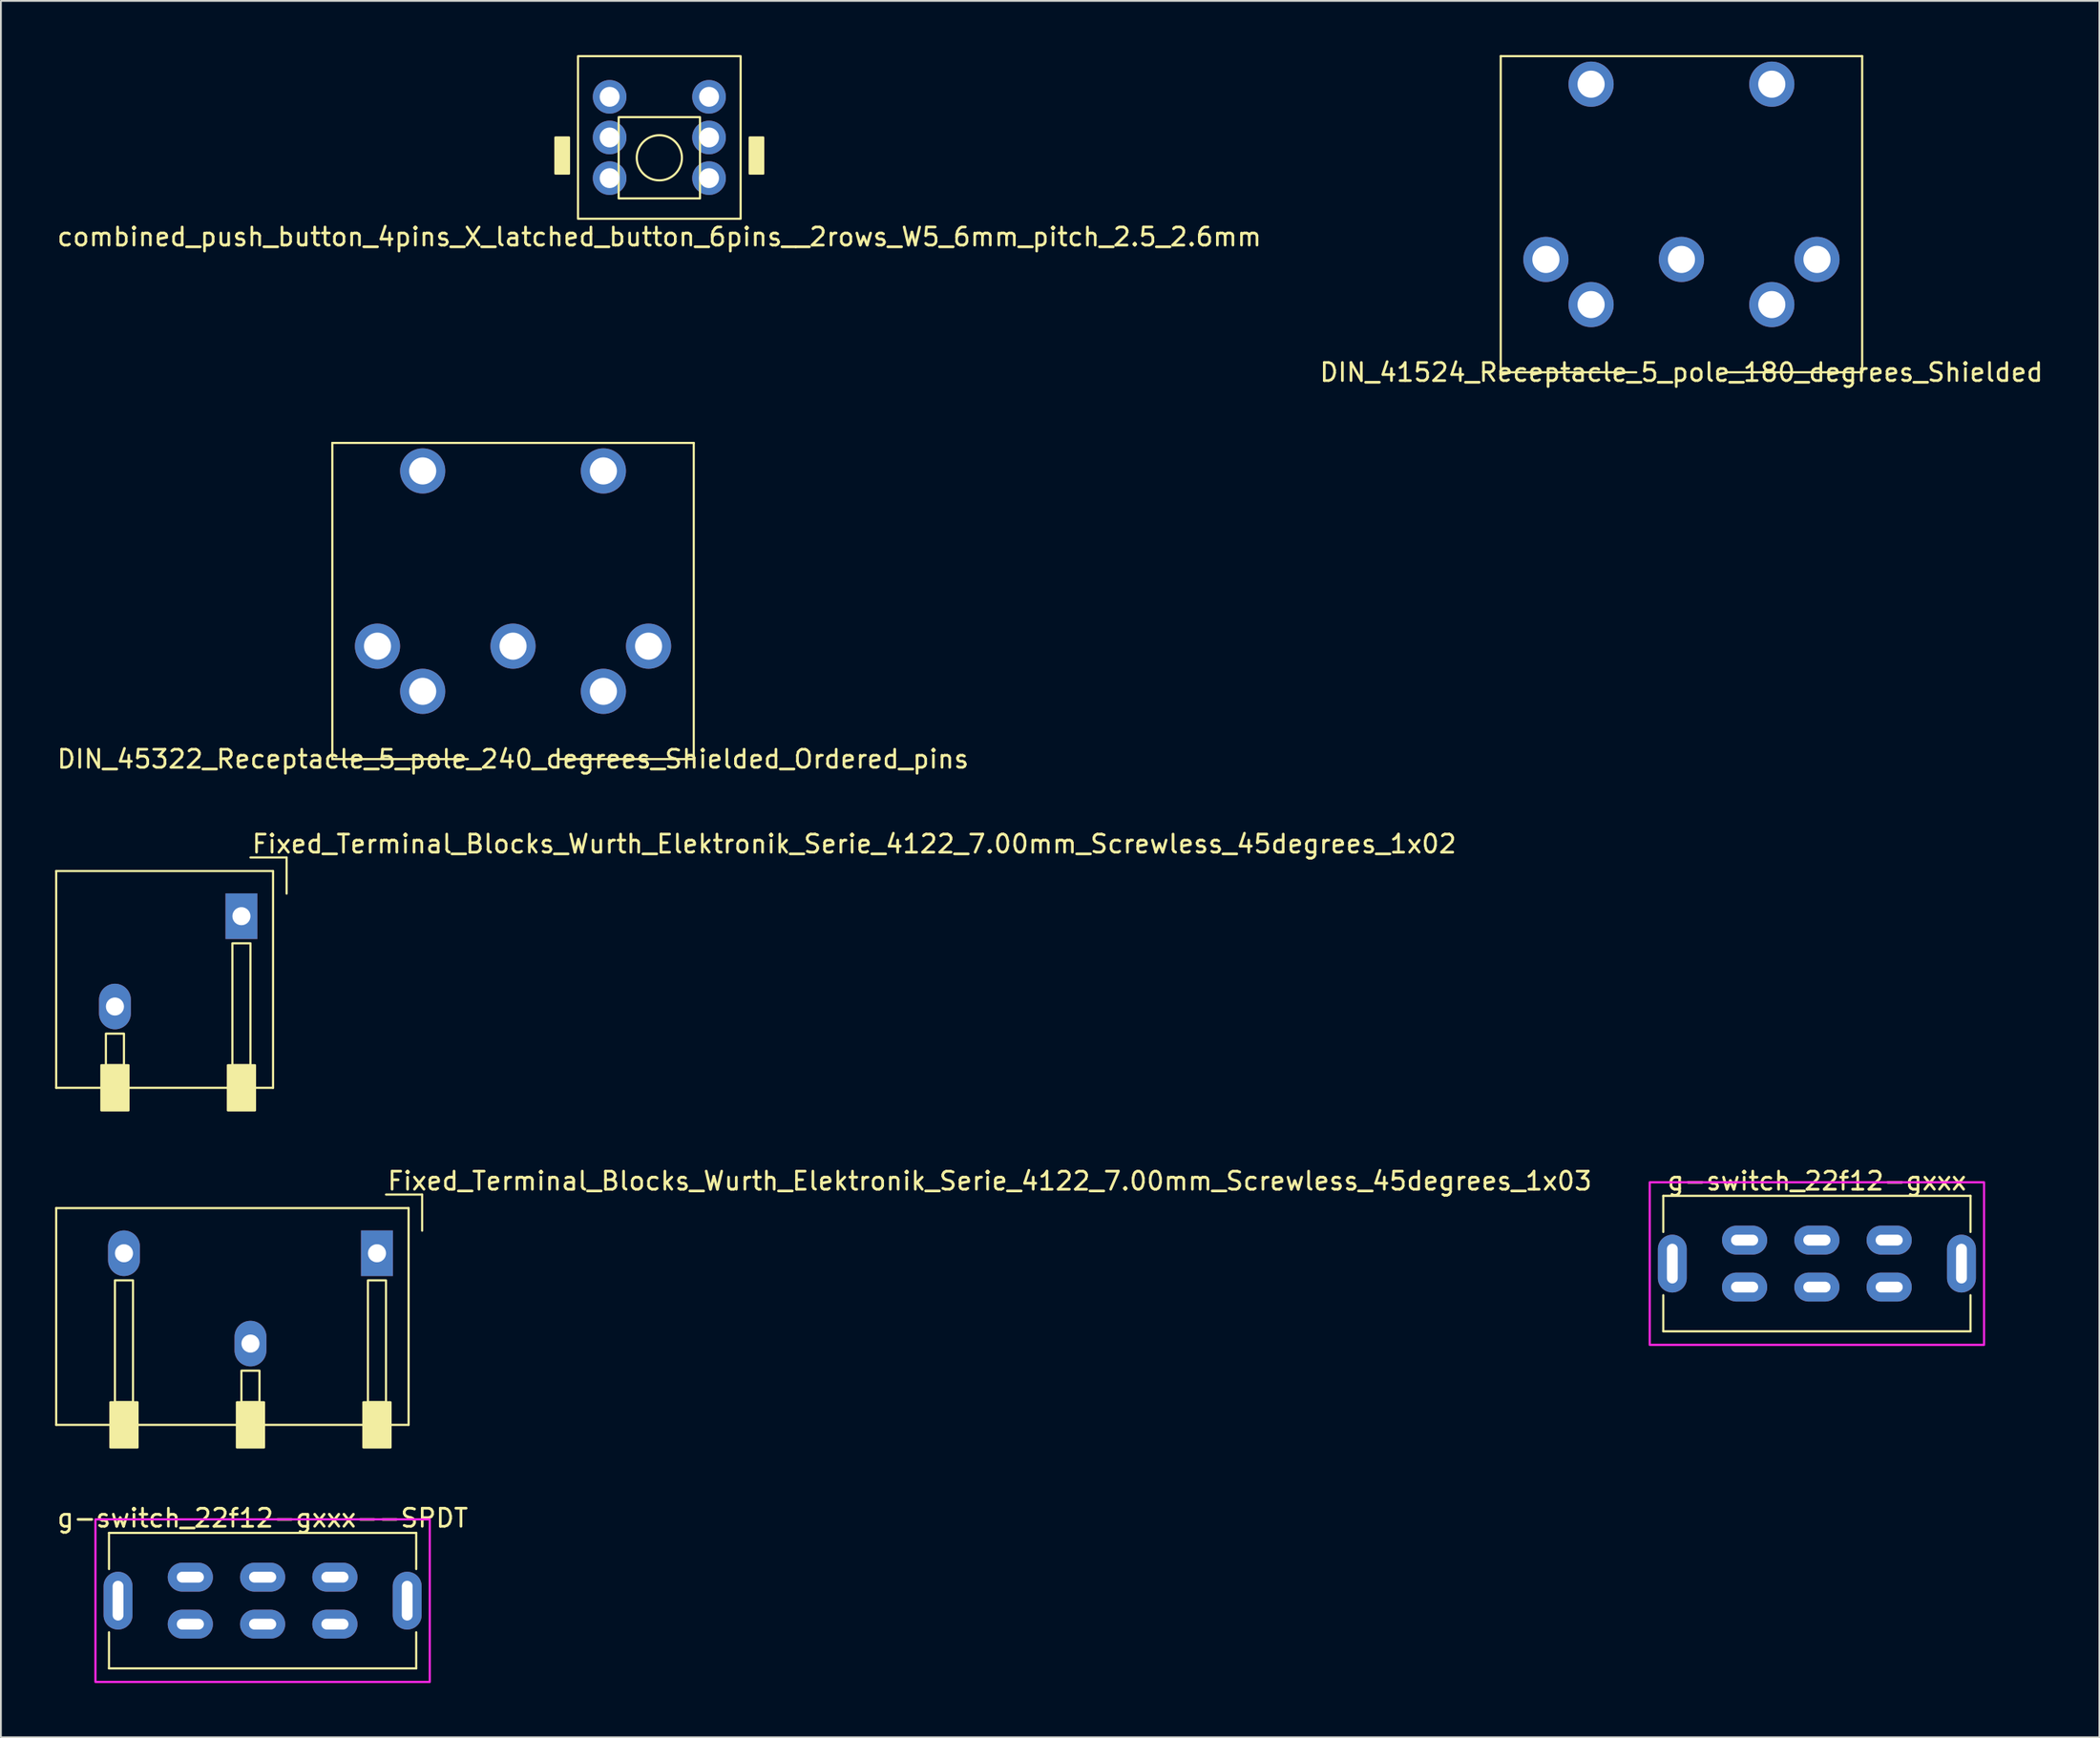
<source format=kicad_pcb>
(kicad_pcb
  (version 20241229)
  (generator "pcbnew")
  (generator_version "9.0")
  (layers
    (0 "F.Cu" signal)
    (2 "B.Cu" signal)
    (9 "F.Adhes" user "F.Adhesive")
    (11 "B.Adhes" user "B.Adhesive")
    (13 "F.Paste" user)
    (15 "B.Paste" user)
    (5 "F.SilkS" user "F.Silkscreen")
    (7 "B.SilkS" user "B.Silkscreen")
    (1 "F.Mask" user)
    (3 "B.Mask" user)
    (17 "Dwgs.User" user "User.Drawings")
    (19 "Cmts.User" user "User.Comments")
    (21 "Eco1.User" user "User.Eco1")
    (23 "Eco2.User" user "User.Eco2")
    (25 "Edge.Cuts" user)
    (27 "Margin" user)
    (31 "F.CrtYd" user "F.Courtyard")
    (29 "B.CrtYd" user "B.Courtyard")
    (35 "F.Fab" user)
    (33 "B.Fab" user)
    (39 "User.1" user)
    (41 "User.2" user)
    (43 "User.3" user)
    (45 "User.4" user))
  (footprint "Fixed_Terminal_Blocks_Wurth_Elektronik_Serie_4122_7.00mm_Screwless_45degrees_1x03"
    (layer "F.Cu")
    (at 10.81 68.823)
    (property "Reference" "Fixed_Terminal_Blocks_Wurth_Elektronik_Serie_4122_7.00mm_Screwless_45degrees_1x03" (at 7.5 -6.5 0) (unlocked yes) (layer "F.SilkS") (effects (font (size 1 1) (thickness 0.15)) (justify left)))
    (attr through_hole)
    (fp_line (start -10.75 -5) (end 8.75 -5) (stroke (width 0.12) (type solid)) (layer "F.SilkS"))
    (fp_line (start -10.75 7) (end -10.75 -5) (stroke (width 0.12) (type solid)) (layer "F.SilkS"))
    (fp_line (start 7.5 -5.75) (end 9.5 -5.75) (stroke (width 0.12) (type solid)) (layer "F.SilkS"))
    (fp_line (start 8.75 -5) (end 8.75 7) (stroke (width 0.12) (type solid)) (layer "F.SilkS"))
    (fp_line (start 8.75 7) (end -10.75 7) (stroke (width 0.12) (type solid)) (layer "F.SilkS"))
    (fp_line (start 9.5 -5.75) (end 9.5 -3.75) (stroke (width 0.12) (type solid)) (layer "F.SilkS"))
    (fp_rect (start -7.5 5.75) (end -6.5 -1) (stroke (width 0.12) (type solid)) (fill no) (layer "F.SilkS"))
    (fp_rect (start -6.25 8.25) (end -7.75 5.75) (stroke (width 0.12) (type solid)) (fill yes) (layer "F.SilkS"))
    (fp_rect (start -0.5 4) (end 0.5 5.75) (stroke (width 0.12) (type solid)) (fill no) (layer "F.SilkS"))
    (fp_rect (start 0.75 5.75) (end -0.75 8.25) (stroke (width 0.12) (type solid)) (fill yes) (layer "F.SilkS"))
    (fp_rect (start 6.5 5.75) (end 7.5 -1) (stroke (width 0.12) (type solid)) (fill no) (layer "F.SilkS"))
    (fp_rect (start 7.75 8.25) (end 6.25 5.75) (stroke (width 0.12) (type solid)) (fill yes) (layer "F.SilkS"))
    (pad "1" thru_hole rect (at 7 -2.5) (size 1.762 2.524) (drill 1) (layers "*.Cu" "*.Mask"))
    (pad "2" thru_hole oval (at 0 2.5) (size 1.762 2.524) (drill 1) (layers "*.Cu" "*.Mask"))
    (pad "3" thru_hole oval (at -7 -2.5) (size 1.762 2.524) (drill 1) (layers "*.Cu" "*.Mask")))
  (footprint "g-switch_22f12-gxxx"
    (layer "F.Cu")
    (at 97.489 66.895)
    (property "Reference" "g-switch_22f12-gxxx" (at 0 -4.572 0) (unlocked yes) (layer "F.SilkS") (effects (font (size 1 1) (thickness 0.15))))
    (attr through_hole)
    (fp_line (start -8.5 -3.75) (end -8.5 -1.75) (stroke (width 0.12) (type solid)) (layer "F.SilkS"))
    (fp_line (start -8.5 -3.75) (end 8.5 -3.75) (stroke (width 0.12) (type solid)) (layer "F.SilkS"))
    (fp_line (start -8.5 1.75) (end -8.5 3.75) (stroke (width 0.12) (type solid)) (layer "F.SilkS"))
    (fp_line (start -8.5 3.75) (end 8.5 3.75) (stroke (width 0.12) (type solid)) (layer "F.SilkS"))
    (fp_line (start 8.5 -3.75) (end 8.5 -1.75) (stroke (width 0.12) (type solid)) (layer "F.SilkS"))
    (fp_line (start 8.5 1.75) (end 8.5 3.75) (stroke (width 0.12) (type solid)) (layer "F.SilkS"))
    (fp_rect (start -9.25 -4.5) (end 9.25 4.5) (stroke (width 0.12) (type solid)) (fill no) (layer "F.CrtYd"))
    (pad "0" thru_hole oval (at -8 0 90) (size 3.2 1.6) (drill oval 2.2 0.6) (layers "*.Cu" "*.Mask"))
    (pad "0" thru_hole oval (at 8 0 90) (size 3.2 1.6) (drill oval 2.2 0.6) (layers "*.Cu" "*.Mask"))
    (pad "1" thru_hole oval (at -4 -1.3) (size 2.5 1.6) (drill oval 1.5 0.6) (layers "*.Cu" "*.Mask"))
    (pad "2" thru_hole oval (at 0 -1.3) (size 2.5 1.6) (drill oval 1.5 0.6) (layers "*.Cu" "*.Mask"))
    (pad "3" thru_hole oval (at 4 -1.3) (size 2.5 1.6) (drill oval 1.5 0.6) (layers "*.Cu" "*.Mask"))
    (pad "4" thru_hole oval (at -4 1.3) (size 2.5 1.6) (drill oval 1.5 0.6) (layers "*.Cu" "*.Mask"))
    (pad "5" thru_hole oval (at 0 1.3) (size 2.5 1.6) (drill oval 1.5 0.6) (layers "*.Cu" "*.Mask"))
    (pad "6" thru_hole oval (at 4 1.3) (size 2.5 1.6) (drill oval 1.5 0.6) (layers "*.Cu" "*.Mask")))
  (footprint "DIN_45322_Receptacle_5_pole_240_degrees_Shielded_Ordered_pins"
    (layer "F.Cu")
    (at 25.339 32.718)
    (property "Reference" "DIN_45322_Receptacle_5_pole_240_degrees_Shielded_Ordered_pins" (at 0 6.25 0) (layer "F.SilkS") (effects (font (size 1 1) (thickness 0.15))))
    (attr through_hole)
    (fp_line (start -10 -11.25) (end -10 6.25) (stroke (width 0.12) (type solid)) (layer "F.SilkS"))
    (fp_line (start -2.5 6.25) (end -10 6.25) (stroke (width 0.12) (type solid)) (layer "F.SilkS"))
    (fp_line (start 2.5 6.25) (end 10 6.25) (stroke (width 0.12) (type solid)) (layer "F.SilkS"))
    (fp_line (start 10 -11.25) (end -10 -11.25) (stroke (width 0.12) (type solid)) (layer "F.SilkS"))
    (fp_line (start 10 6.25) (end 10 -11.25) (stroke (width 0.12) (type solid)) (layer "F.SilkS"))
    (pad "1" thru_hole circle (at -7.5 0) (size 2.5 2.5) (drill 1.5) (layers "*.Cu" "*.Mask"))
    (pad "2" thru_hole circle (at -5 2.5) (size 2.5 2.5) (drill 1.5) (layers "*.Cu" "*.Mask"))
    (pad "3" thru_hole circle (at 0 0) (size 2.5 2.5) (drill 1.5) (layers "*.Cu" "*.Mask"))
    (pad "4" thru_hole circle (at 5 2.5) (size 2.5 2.5) (drill 1.5) (layers "*.Cu" "*.Mask"))
    (pad "5" thru_hole circle (at 7.5 0) (size 2.5 2.5) (drill 1.5) (layers "*.Cu" "*.Mask"))
    (pad "SH" thru_hole circle (at -5 -9.7) (size 2.5 2.5) (drill 1.5) (layers "*.Cu" "*.Mask"))
    (pad "SH" thru_hole circle (at 5 -9.7) (size 2.5 2.5) (drill 1.5) (layers "*.Cu" "*.Mask")))
  (footprint "DIN_41524_Receptacle_5_pole_180_degrees_Shielded"
    (layer "F.Cu")
    (at 89.994 11.31)
    (property "Reference" "DIN_41524_Receptacle_5_pole_180_degrees_Shielded" (at 0 6.25 0) (layer "F.SilkS") (effects (font (size 1 1) (thickness 0.15))))
    (attr through_hole)
    (fp_line (start -10 -11.25) (end -10 6.25) (stroke (width 0.12) (type solid)) (layer "F.SilkS"))
    (fp_line (start -2.5 6.25) (end -10 6.25) (stroke (width 0.12) (type solid)) (layer "F.SilkS"))
    (fp_line (start 2.5 6.25) (end 10 6.25) (stroke (width 0.12) (type solid)) (layer "F.SilkS"))
    (fp_line (start 10 -11.25) (end -10 -11.25) (stroke (width 0.12) (type solid)) (layer "F.SilkS"))
    (fp_line (start 10 6.25) (end 10 -11.25) (stroke (width 0.12) (type solid)) (layer "F.SilkS"))
    (pad "1" thru_hole circle (at -7.5 0) (size 2.5 2.5) (drill 1.5) (layers "*.Cu" "*.Mask"))
    (pad "2" thru_hole circle (at 0 0) (size 2.5 2.5) (drill 1.5) (layers "*.Cu" "*.Mask"))
    (pad "3" thru_hole circle (at 7.5 0) (size 2.5 2.5) (drill 1.5) (layers "*.Cu" "*.Mask"))
    (pad "4" thru_hole circle (at -5 2.5) (size 2.5 2.5) (drill 1.5) (layers "*.Cu" "*.Mask"))
    (pad "5" thru_hole circle (at 5 2.5) (size 2.5 2.5) (drill 1.5) (layers "*.Cu" "*.Mask"))
    (pad "SH" thru_hole circle (at -5 -9.7) (size 2.5 2.5) (drill 1.5) (layers "*.Cu" "*.Mask"))
    (pad "SH" thru_hole circle (at 5 -9.7) (size 2.5 2.5) (drill 1.5) (layers "*.Cu" "*.Mask")))
  (footprint "Fixed_Terminal_Blocks_Wurth_Elektronik_Serie_4122_7.00mm_Screwless_45degrees_1x02"
    (layer "F.Cu")
    (at 6.81 50.165)
    (property "Reference" "Fixed_Terminal_Blocks_Wurth_Elektronik_Serie_4122_7.00mm_Screwless_45degrees_1x02" (at 4 -6.5 0) (unlocked yes) (layer "F.SilkS") (effects (font (size 1 1) (thickness 0.15)) (justify left)))
    (attr through_hole)
    (fp_line (start -6.75 -5) (end 5.25 -5) (stroke (width 0.12) (type solid)) (layer "F.SilkS"))
    (fp_line (start -6.75 7) (end -6.75 -5) (stroke (width 0.12) (type solid)) (layer "F.SilkS"))
    (fp_line (start 4 -5.75) (end 6 -5.75) (stroke (width 0.12) (type solid)) (layer "F.SilkS"))
    (fp_line (start 5.25 -5) (end 5.25 7) (stroke (width 0.12) (type solid)) (layer "F.SilkS"))
    (fp_line (start 5.25 7) (end -6.75 7) (stroke (width 0.12) (type solid)) (layer "F.SilkS"))
    (fp_line (start 6 -5.75) (end 6 -3.75) (stroke (width 0.12) (type solid)) (layer "F.SilkS"))
    (fp_rect (start -4 4) (end -3 5.75) (stroke (width 0.12) (type solid)) (fill no) (layer "F.SilkS"))
    (fp_rect (start -2.75 5.75) (end -4.25 8.25) (stroke (width 0.12) (type solid)) (fill yes) (layer "F.SilkS"))
    (fp_rect (start 3 5.75) (end 4 -1) (stroke (width 0.12) (type solid)) (fill no) (layer "F.SilkS"))
    (fp_rect (start 4.25 8.25) (end 2.75 5.75) (stroke (width 0.12) (type solid)) (fill yes) (layer "F.SilkS"))
    (pad "1" thru_hole rect (at 3.5 -2.5) (size 1.762 2.524) (drill 1) (layers "*.Cu" "*.Mask"))
    (pad "2" thru_hole oval (at -3.5 2.5) (size 1.762 2.524) (drill 1) (layers "*.Cu" "*.Mask")))
  (footprint "combined_push_button_4pins_X_latched_button_6pins__2rows_W5_6mm_pitch_2.5_2.6mm"
    (layer "F.Cu")
    (at 33.435 4.56)
    (property "Reference" "combined_push_button_4pins_X_latched_button_6pins__2rows_W5_6mm_pitch_2.5_2.6mm" (at 0 5.5 0) (unlocked yes) (layer "F.SilkS") (effects (font (size 1 1) (thickness 0.15))))
    (attr through_hole)
    (fp_rect (start -5 0) (end -5.75 2) (stroke (width 0.12) (type solid)) (fill yes) (layer "F.SilkS"))
    (fp_rect (start -4.5 -4.5) (end 4.5 4.5) (stroke (width 0.12) (type solid)) (fill no) (layer "F.SilkS"))
    (fp_rect (start -2.25 -1.125) (end 2.25 3.375) (stroke (width 0.12) (type solid)) (fill no) (layer "F.SilkS"))
    (fp_rect (start 5.75 0) (end 5 2) (stroke (width 0.12) (type solid)) (fill yes) (layer "F.SilkS"))
    (fp_circle (center 0 1.125) (end 1.25 1.125) (stroke (width 0.12) (type solid)) (fill no) (layer "F.SilkS"))
    (pad "1" thru_hole circle (at -2.75 2.25) (size 1.862 1.862) (drill 1.1) (layers "*.Cu" "*.Mask"))
    (pad "1" thru_hole circle (at 2.75 2.25) (size 1.862 1.862) (drill 1.1) (layers "*.Cu" "*.Mask"))
    (pad "2" thru_hole circle (at -2.75 0) (size 1.862 1.862) (drill 1.1) (layers "*.Cu" "*.Mask"))
    (pad "2" thru_hole circle (at 2.75 0) (size 1.862 1.862) (drill 1.1) (layers "*.Cu" "*.Mask"))
    (pad "3" thru_hole circle (at -2.75 -2.25) (size 1.862 1.862) (drill 1.1) (layers "*.Cu" "*.Mask"))
    (pad "3" thru_hole circle (at 2.75 -2.25) (size 1.862 1.862) (drill 1.1) (layers "*.Cu" "*.Mask")))
  (footprint "g-switch_22f12-gxxx--SPDT"
    (layer "F.Cu")
    (at 11.482 85.553)
    (property "Reference" "g-switch_22f12-gxxx--SPDT" (at 0 -4.572 0) (unlocked yes) (layer "F.SilkS") (effects (font (size 1 1) (thickness 0.15))))
    (attr through_hole)
    (fp_line (start -8.5 -3.75) (end -8.5 -1.75) (stroke (width 0.12) (type solid)) (layer "F.SilkS"))
    (fp_line (start -8.5 -3.75) (end 8.5 -3.75) (stroke (width 0.12) (type solid)) (layer "F.SilkS"))
    (fp_line (start -8.5 1.75) (end -8.5 3.75) (stroke (width 0.12) (type solid)) (layer "F.SilkS"))
    (fp_line (start -8.5 3.75) (end 8.5 3.75) (stroke (width 0.12) (type solid)) (layer "F.SilkS"))
    (fp_line (start 8.5 -3.75) (end 8.5 -1.75) (stroke (width 0.12) (type solid)) (layer "F.SilkS"))
    (fp_line (start 8.5 1.75) (end 8.5 3.75) (stroke (width 0.12) (type solid)) (layer "F.SilkS"))
    (fp_rect (start -9.25 -4.5) (end 9.25 4.5) (stroke (width 0.12) (type solid)) (fill no) (layer "F.CrtYd"))
    (pad "0" thru_hole oval (at -8 0 90) (size 3.2 1.6) (drill oval 2.2 0.6) (layers "*.Cu" "*.Mask"))
    (pad "0" thru_hole oval (at 8 0 90) (size 3.2 1.6) (drill oval 2.2 0.6) (layers "*.Cu" "*.Mask"))
    (pad "1" thru_hole oval (at -4 -1.3) (size 2.5 1.6) (drill oval 1.5 0.6) (layers "*.Cu" "*.Mask"))
    (pad "1" thru_hole oval (at -4 1.3) (size 2.5 1.6) (drill oval 1.5 0.6) (layers "*.Cu" "*.Mask"))
    (pad "2" thru_hole oval (at 0 -1.3) (size 2.5 1.6) (drill oval 1.5 0.6) (layers "*.Cu" "*.Mask"))
    (pad "2" thru_hole oval (at 0 1.3) (size 2.5 1.6) (drill oval 1.5 0.6) (layers "*.Cu" "*.Mask"))
    (pad "3" thru_hole oval (at 4 -1.3) (size 2.5 1.6) (drill oval 1.5 0.6) (layers "*.Cu" "*.Mask"))
    (pad "3" thru_hole oval (at 4 1.3) (size 2.5 1.6) (drill oval 1.5 0.6) (layers "*.Cu" "*.Mask")))
  (gr_rect
    (start -3 -3)
    (end 113.119 93.113)
    (stroke (width 0.1) (type default))
    (fill no)
    (layer "Edge.Cuts")))
</source>
